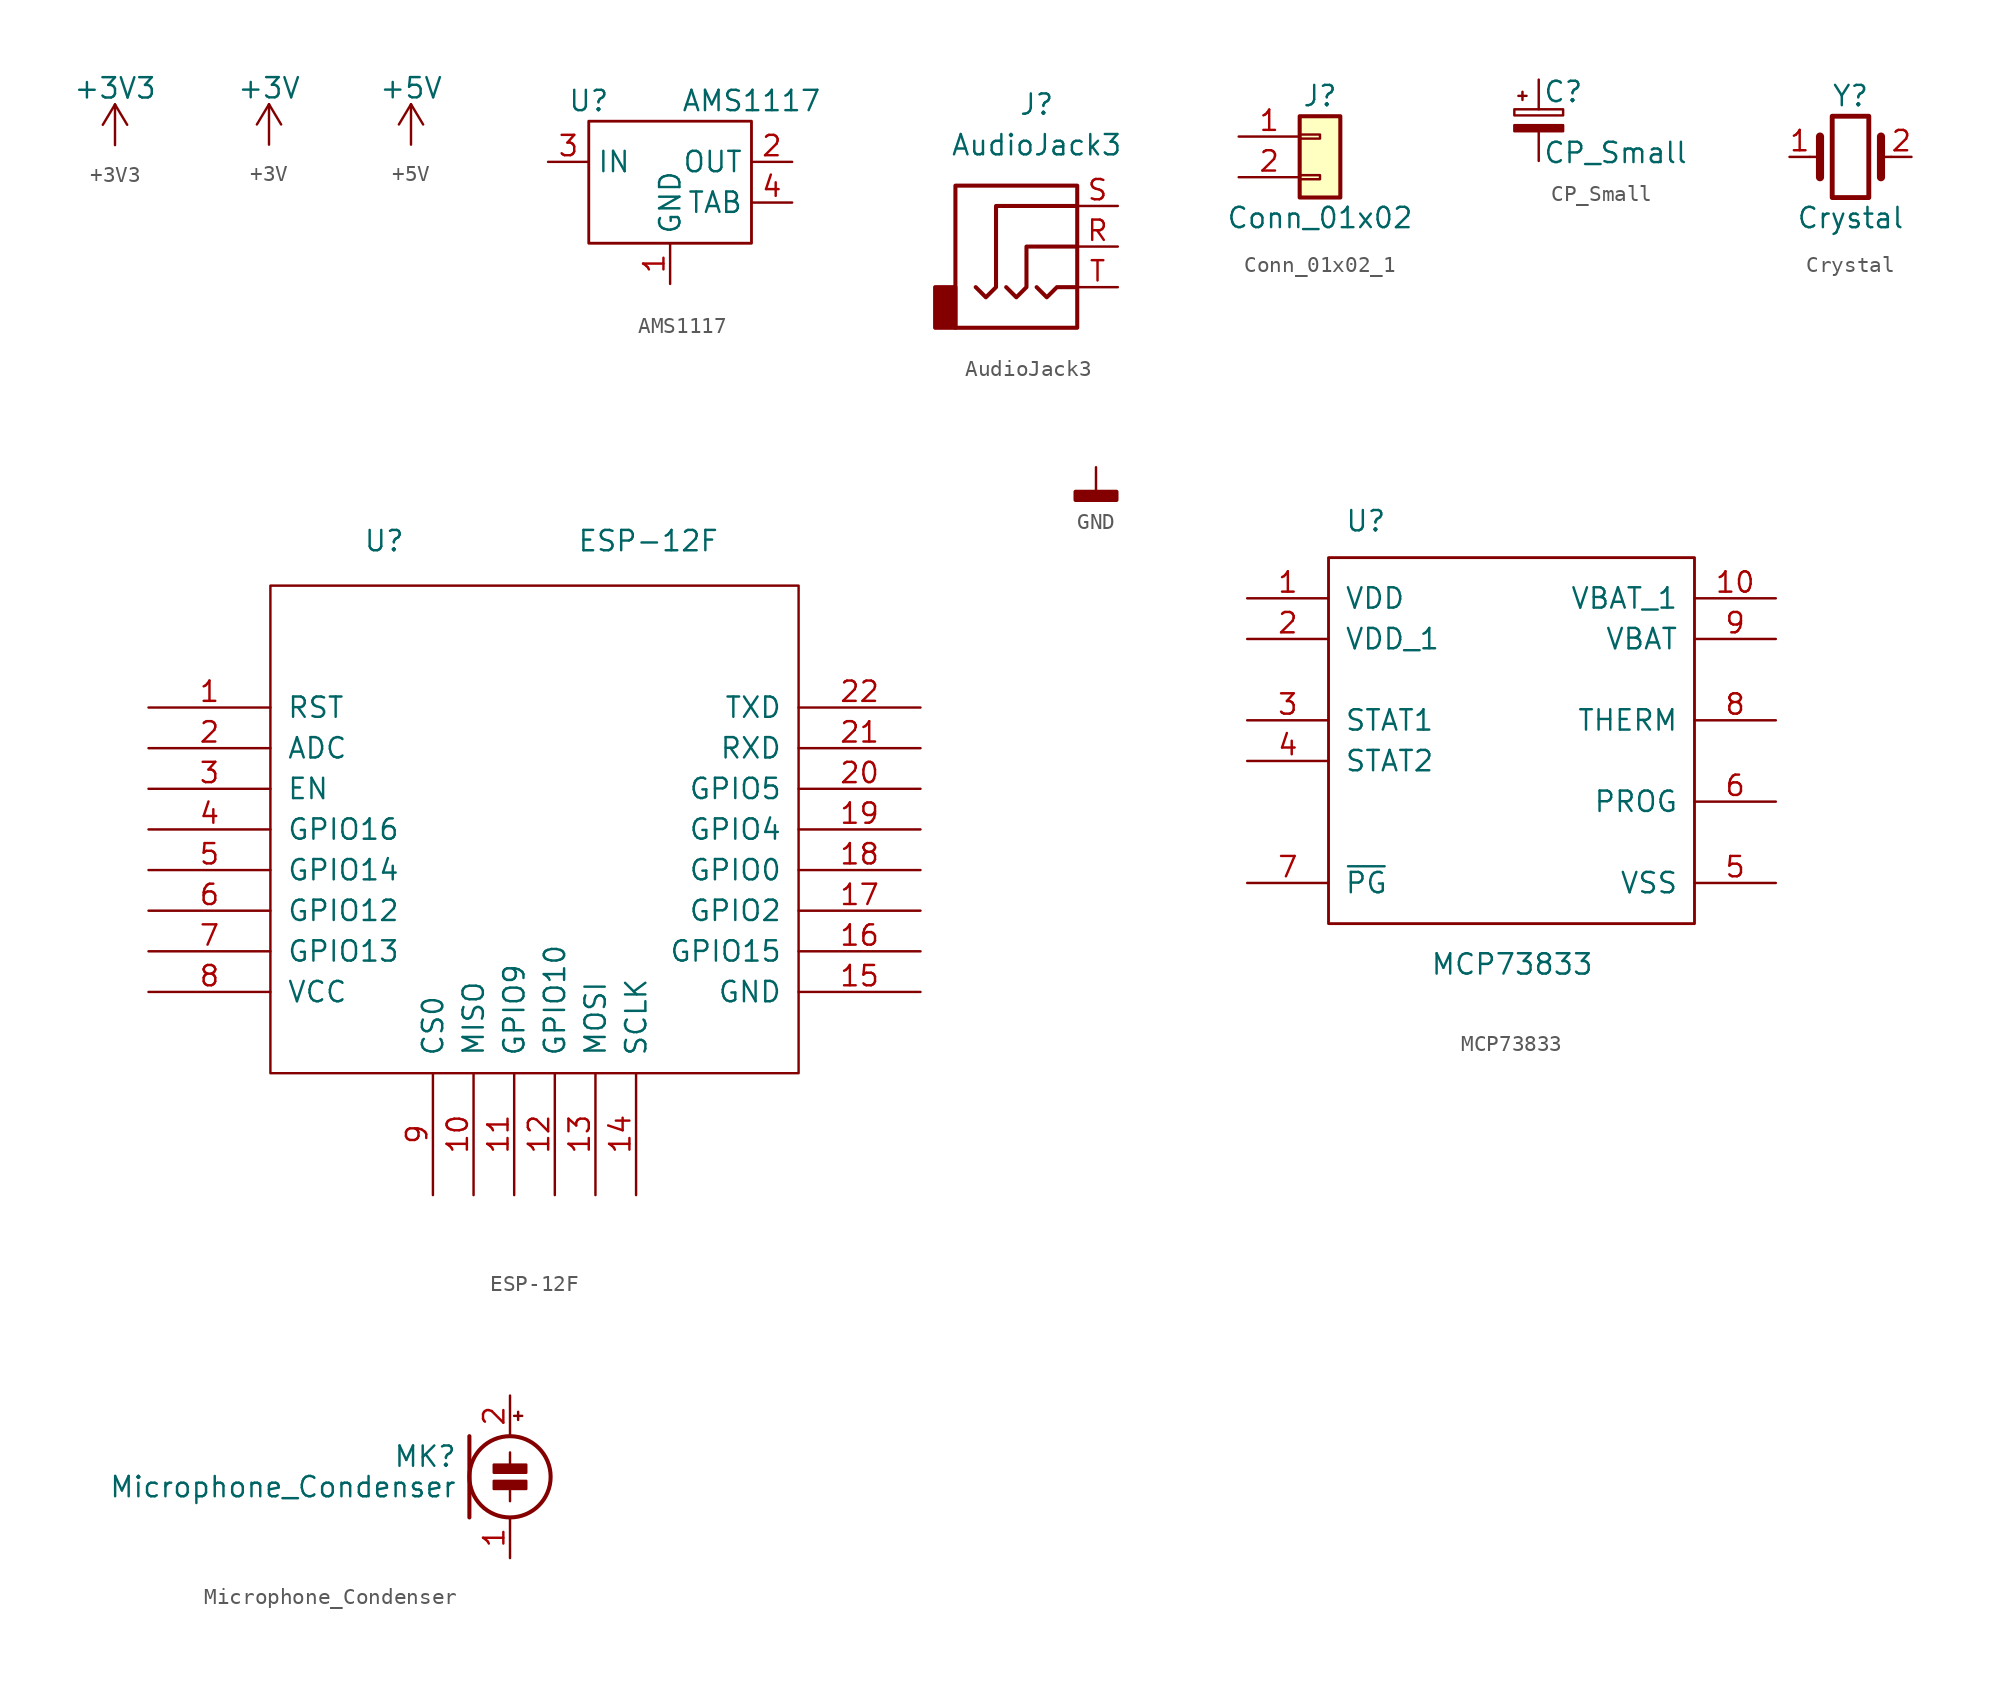
<source format=kicad_sym>
(kicad_symbol_lib
  (version 20231120)
  (generator "kicad_symbol_editor")
  (generator_version "8.0")
  (symbol "+3V3"
    (power)
    (pin_names
      (offset 0))
    (property "Reference" "#PWR"
      (at 0 -3.81 0)
      (effects (font (size 1.27 1.27)) (hide yes)))
    (property "Value" "+3V3"
      (at 0 3.556 0)
      (effects (font (size 1.27 1.27))))
    (symbol "+3V3_0_1"
      (polyline (pts (xy -0.762 1.27) (xy 0 2.54)) (stroke (width 0) (type solid)) (fill (type none)))
      (polyline (pts (xy 0 0) (xy 0 2.54)) (stroke (width 0) (type solid)) (fill (type none)))
      (polyline (pts (xy 0 2.54) (xy 0.762 1.27)) (stroke (width 0) (type solid)) (fill (type none))))
    (symbol "+3V3_1_1"
      (pin power_in line (at 0 0 90) (length 0) hide (name "+3V3" (effects (font (size 0 0)))) (number "1" (effects (font (size 0 0)))))))
  (symbol "+3V"
    (power)
    (pin_names
      (offset 0))
    (property "Reference" "#PWR"
      (at 0 -3.81 0)
      (effects (font (size 1.27 1.27)) (hide yes)))
    (property "Value" "+3V"
      (at 0 3.556 0)
      (effects (font (size 1.27 1.27))))
    (symbol "+3V_0_1"
      (polyline (pts (xy -0.762 1.27) (xy 0 2.54)) (stroke (width 0) (type solid)) (fill (type none)))
      (polyline (pts (xy 0 0) (xy 0 2.54)) (stroke (width 0) (type solid)) (fill (type none)))
      (polyline (pts (xy 0 2.54) (xy 0.762 1.27)) (stroke (width 0) (type solid)) (fill (type none))))
    (symbol "+3V_1_1"
      (pin power_in line (at 0 0 90) (length 0) hide (name "+3V" (effects (font (size 0 0)))) (number "1" (effects (font (size 0 0)))))))
  (symbol "+5V"
    (power)
    (pin_names
      (offset 0))
    (property "Reference" "#PWR"
      (at 0 -3.81 0)
      (effects (font (size 1.27 1.27)) (hide yes)))
    (property "Value" "+5V"
      (at 0 3.556 0)
      (effects (font (size 1.27 1.27))))
    (symbol "+5V_0_1"
      (polyline (pts (xy -0.762 1.27) (xy 0 2.54)) (stroke (width 0) (type solid)) (fill (type none)))
      (polyline (pts (xy 0 0) (xy 0 2.54)) (stroke (width 0) (type solid)) (fill (type none)))
      (polyline (pts (xy 0 2.54) (xy 0.762 1.27)) (stroke (width 0) (type solid)) (fill (type none))))
    (symbol "+5V_1_1"
      (pin power_in line (at 0 0 90) (length 0) hide (name "+5V" (effects (font (size 0 0)))) (number "1" (effects (font (size 0 0)))))))
  (symbol "AMS1117"
    (property "Reference" "U"
      (at -5.08 5.08 0)
      (effects (font (size 1.27 1.27))))
    (property "Value" "AMS1117"
      (at 5.08 5.08 0)
      (effects (font (size 1.27 1.27))))
    (symbol "AMS1117_0_1"
      (rectangle (start -5.08 3.81) (end 5.08 -3.81) (stroke (width 0.178) (type solid)) (fill (type none))))
    (symbol "AMS1117_1_1"
      (pin power_in line (at 0 -6.35 90) (length 2.54) (name "GND" (effects (font (size 1.27 1.27)))) (number "1" (effects (font (size 1.27 1.27)))))
      (pin power_out line (at 7.62 1.27 180) (length 2.54) (name "OUT" (effects (font (size 1.27 1.27)))) (number "2" (effects (font (size 1.27 1.27)))))
      (pin power_in line (at -7.62 1.27 0) (length 2.54) (name "IN" (effects (font (size 1.27 1.27)))) (number "3" (effects (font (size 1.27 1.27)))))
      (pin power_out line (at 7.62 -1.27 180) (length 2.54) (name "TAB" (effects (font (size 1.27 1.27)))) (number "4" (effects (font (size 1.27 1.27)))))))
  (symbol "AudioJack3"
    (property "Reference" "J"
      (at 0 8.89 0)
      (effects (font (size 1.27 1.27))))
    (property "Value" "AudioJack3"
      (at 0 6.35 0)
      (effects (font (size 1.27 1.27))))
    (symbol "AudioJack3_0_1"
      (rectangle (start -5.08 -5.08) (end -6.35 -2.54) (stroke (width 0.254) (type solid)) (fill (type outline)))
      (polyline (pts (xy 0 -2.54) (xy 0.635 -3.175) (xy 1.27 -2.54) (xy 2.54 -2.54)) (stroke (width 0.254) (type solid)) (fill (type none)))
      (polyline (pts (xy -1.905 -2.54) (xy -1.27 -3.175) (xy -0.635 -2.54) (xy -0.635 0) (xy 2.54 0)) (stroke (width 0.254) (type solid)) (fill (type none)))
      (polyline (pts (xy 2.54 2.54) (xy -2.54 2.54) (xy -2.54 -2.54) (xy -3.175 -3.175) (xy -3.81 -2.54)) (stroke (width 0.254) (type solid)) (fill (type none)))
      (rectangle (start 2.54 3.81) (end -5.08 -5.08) (stroke (width 0.254) (type solid)) (fill (type none))))
    (symbol "AudioJack3_1_1"
      (pin passive line (at 5.08 0 180) (length 2.54) (name "~" (effects (font (size 1.27 1.27)))) (number "R" (effects (font (size 1.27 1.27)))))
      (pin passive line (at 5.08 2.54 180) (length 2.54) (name "~" (effects (font (size 1.27 1.27)))) (number "S" (effects (font (size 1.27 1.27)))))
      (pin passive line (at 5.08 -2.54 180) (length 2.54) (name "~" (effects (font (size 1.27 1.27)))) (number "T" (effects (font (size 1.27 1.27)))))))
  (symbol "Conn_01x02_1"
    (pin_names
      (offset 1.016) hide)
    (property "Reference" "J"
      (at 0 2.54 0)
      (effects (font (size 1.27 1.27))))
    (property "Value" "Conn_01x02"
      (at 0 -5.08 0)
      (effects (font (size 1.27 1.27))))
    (symbol "Conn_01x02_1_1_1"
      (rectangle (start -1.27 -2.413) (end 0 -2.667) (stroke (width 0.152) (type default)) (fill (type none)))
      (rectangle (start -1.27 0.127) (end 0 -0.127) (stroke (width 0.152) (type default)) (fill (type none)))
      (rectangle (start -1.27 1.27) (end 1.27 -3.81) (stroke (width 0.254) (type default)) (fill (type background)))
      (pin passive line (at -5.08 0 0) (length 3.81) (name "Pin_1" (effects (font (size 1.27 1.27)))) (number "1" (effects (font (size 1.27 1.27)))))
      (pin passive line (at -5.08 -2.54 0) (length 3.81) (name "Pin_2" (effects (font (size 1.27 1.27)))) (number "2" (effects (font (size 1.27 1.27)))))))
  (symbol "CP_Small"
    (pin_numbers hide)
    (pin_names
      (offset 0.254) hide)
    (property "Reference" "C"
      (at 0.254 1.778 0)
      (effects (font (size 1.27 1.27)) (justify left)))
    (property "Value" "CP_Small"
      (at 0.254 -2.032 0)
      (effects (font (size 1.27 1.27)) (justify left)))
    (symbol "CP_Small_0_1"
      (rectangle (start -1.524 -0.305) (end 1.524 -0.686) (stroke (width 0) (type solid)) (fill (type outline)))
      (rectangle (start -1.524 0.686) (end 1.524 0.305) (stroke (width 0) (type solid)) (fill (type none)))
      (polyline (pts (xy -1.27 1.524) (xy -0.762 1.524)) (stroke (width 0) (type solid)) (fill (type none)))
      (polyline (pts (xy -1.016 1.27) (xy -1.016 1.778)) (stroke (width 0) (type solid)) (fill (type none))))
    (symbol "CP_Small_1_1"
      (pin passive line (at 0 2.54 270) (length 1.854) (name "~" (effects (font (size 1.27 1.27)))) (number "1" (effects (font (size 1.27 1.27)))))
      (pin passive line (at 0 -2.54 90) (length 1.854) (name "~" (effects (font (size 1.27 1.27)))) (number "2" (effects (font (size 1.27 1.27)))))))
  (symbol "Crystal"
    (pin_names
      (offset 1.016) hide)
    (property "Reference" "Y"
      (at 0 3.81 0)
      (effects (font (size 1.27 1.27))))
    (property "Value" "Crystal"
      (at 0 -3.81 0)
      (effects (font (size 1.27 1.27))))
    (symbol "Crystal_0_1"
      (rectangle (start -1.143 2.54) (end 1.143 -2.54) (stroke (width 0.305) (type solid)) (fill (type none)))
      (polyline (pts (xy -2.54 0) (xy -1.905 0)) (stroke (width 0) (type solid)) (fill (type none)))
      (polyline (pts (xy -1.905 -1.27) (xy -1.905 1.27)) (stroke (width 0.508) (type solid)) (fill (type none)))
      (polyline (pts (xy 1.905 -1.27) (xy 1.905 1.27)) (stroke (width 0.508) (type solid)) (fill (type none)))
      (polyline (pts (xy 2.54 0) (xy 1.905 0)) (stroke (width 0) (type solid)) (fill (type none))))
    (symbol "Crystal_1_1"
      (pin passive line (at -3.81 0 0) (length 1.27) (name "1" (effects (font (size 1.27 1.27)))) (number "1" (effects (font (size 1.27 1.27)))))
      (pin passive line (at 3.81 0 180) (length 1.27) (name "2" (effects (font (size 1.27 1.27)))) (number "2" (effects (font (size 1.27 1.27)))))))
  (symbol "ESP-12F"
    (pin_names
      (offset 1.016))
    (property "Reference" "U"
      (at -10.668 18.034 0)
      (effects (font (size 1.27 1.27))))
    (property "Value" "ESP-12F"
      (at 5.842 18.034 0)
      (effects (font (size 1.27 1.27))))
    (symbol "ESP-12F_1_0"
      (rectangle (start -17.78 -15.24) (end 15.24 15.24) (stroke (width 0) (type solid)) (fill (type none))))
    (symbol "ESP-12F_1_1"
      (pin input line (at -25.4 7.62 0) (length 7.62) (name "RST" (effects (font (size 1.27 1.27)))) (number "1" (effects (font (size 1.27 1.27)))))
      (pin bidirectional line (at -5.08 -22.86 90) (length 7.62) (name "MISO" (effects (font (size 1.27 1.27)))) (number "10" (effects (font (size 1.27 1.27)))))
      (pin bidirectional line (at -2.54 -22.86 90) (length 7.62) (name "GPIO9" (effects (font (size 1.27 1.27)))) (number "11" (effects (font (size 1.27 1.27)))))
      (pin bidirectional line (at 0 -22.86 90) (length 7.62) (name "GPIO10" (effects (font (size 1.27 1.27)))) (number "12" (effects (font (size 1.27 1.27)))))
      (pin bidirectional line (at 2.54 -22.86 90) (length 7.62) (name "MOSI" (effects (font (size 1.27 1.27)))) (number "13" (effects (font (size 1.27 1.27)))))
      (pin bidirectional line (at 5.08 -22.86 90) (length 7.62) (name "SCLK" (effects (font (size 1.27 1.27)))) (number "14" (effects (font (size 1.27 1.27)))))
      (pin power_in line (at 22.86 -10.16 180) (length 7.62) (name "GND" (effects (font (size 1.27 1.27)))) (number "15" (effects (font (size 1.27 1.27)))))
      (pin bidirectional line (at 22.86 -7.62 180) (length 7.62) (name "GPIO15" (effects (font (size 1.27 1.27)))) (number "16" (effects (font (size 1.27 1.27)))))
      (pin bidirectional line (at 22.86 -5.08 180) (length 7.62) (name "GPIO2" (effects (font (size 1.27 1.27)))) (number "17" (effects (font (size 1.27 1.27)))))
      (pin bidirectional line (at 22.86 -2.54 180) (length 7.62) (name "GPIO0" (effects (font (size 1.27 1.27)))) (number "18" (effects (font (size 1.27 1.27)))))
      (pin bidirectional line (at 22.86 0 180) (length 7.62) (name "GPIO4" (effects (font (size 1.27 1.27)))) (number "19" (effects (font (size 1.27 1.27)))))
      (pin passive line (at -25.4 5.08 0) (length 7.62) (name "ADC" (effects (font (size 1.27 1.27)))) (number "2" (effects (font (size 1.27 1.27)))))
      (pin bidirectional line (at 22.86 2.54 180) (length 7.62) (name "GPIO5" (effects (font (size 1.27 1.27)))) (number "20" (effects (font (size 1.27 1.27)))))
      (pin input line (at 22.86 5.08 180) (length 7.62) (name "RXD" (effects (font (size 1.27 1.27)))) (number "21" (effects (font (size 1.27 1.27)))))
      (pin output line (at 22.86 7.62 180) (length 7.62) (name "TXD" (effects (font (size 1.27 1.27)))) (number "22" (effects (font (size 1.27 1.27)))))
      (pin input line (at -25.4 2.54 0) (length 7.62) (name "EN" (effects (font (size 1.27 1.27)))) (number "3" (effects (font (size 1.27 1.27)))))
      (pin bidirectional line (at -25.4 0 0) (length 7.62) (name "GPIO16" (effects (font (size 1.27 1.27)))) (number "4" (effects (font (size 1.27 1.27)))))
      (pin bidirectional line (at -25.4 -2.54 0) (length 7.62) (name "GPIO14" (effects (font (size 1.27 1.27)))) (number "5" (effects (font (size 1.27 1.27)))))
      (pin bidirectional line (at -25.4 -5.08 0) (length 7.62) (name "GPIO12" (effects (font (size 1.27 1.27)))) (number "6" (effects (font (size 1.27 1.27)))))
      (pin bidirectional line (at -25.4 -7.62 0) (length 7.62) (name "GPIO13" (effects (font (size 1.27 1.27)))) (number "7" (effects (font (size 1.27 1.27)))))
      (pin power_in line (at -25.4 -10.16 0) (length 7.62) (name "VCC" (effects (font (size 1.27 1.27)))) (number "8" (effects (font (size 1.27 1.27)))))
      (pin bidirectional line (at -7.62 -22.86 90) (length 7.62) (name "CS0" (effects (font (size 1.27 1.27)))) (number "9" (effects (font (size 1.27 1.27)))))))
  (symbol "GND"
    (power)
    (pin_names
      (offset 0))
    (property "Reference" "#PWR"
      (at 0 -6.35 0)
      (effects (font (size 1.27 1.27)) (hide yes)))
    (symbol "GND_0_1"
      (rectangle (start -1.27 -1.524) (end 1.27 -2.032) (stroke (width 0.254) (type solid)) (fill (type outline)))
      (polyline (pts (xy 0 0) (xy 0 -1.524)) (stroke (width 0) (type solid)) (fill (type none))))
    (symbol "GND_1_1"
      (pin power_in line (at 0 0 270) (length 0) hide (name "GND" (effects (font (size 0 0)))) (number "1" (effects (font (size 0 0)))))))
  (symbol "MCP73833"
    (pin_names
      (offset 0.991))
    (property "Reference" "U"
      (at -10.414 13.716 0)
      (effects (font (size 1.27 1.27)) (justify left)))
    (property "Value" "MCP73833"
      (at -5.08 -13.97 0)
      (effects (font (size 1.27 1.27)) (justify left)))
    (symbol "MCP73833_0_0"
      (pin bidirectional line (at -16.51 8.89 0) (length 5.08) (name "VDD" (effects (font (size 1.27 1.27)))) (number "1" (effects (font (size 1.27 1.27)))))
      (pin bidirectional line (at 16.51 8.89 180) (length 5.08) (name "VBAT_1" (effects (font (size 1.27 1.27)))) (number "10" (effects (font (size 1.27 1.27)))))
      (pin bidirectional line (at -16.51 6.35 0) (length 5.08) (name "VDD_1" (effects (font (size 1.27 1.27)))) (number "2" (effects (font (size 1.27 1.27)))))
      (pin bidirectional line (at -16.51 1.27 0) (length 5.08) (name "STAT1" (effects (font (size 1.27 1.27)))) (number "3" (effects (font (size 1.27 1.27)))))
      (pin bidirectional line (at -16.51 -1.27 0) (length 5.08) (name "STAT2" (effects (font (size 1.27 1.27)))) (number "4" (effects (font (size 1.27 1.27)))))
      (pin bidirectional line (at 16.51 -3.81 180) (length 5.08) (name "PROG" (effects (font (size 1.27 1.27)))) (number "6" (effects (font (size 1.27 1.27)))))
      (pin bidirectional line (at -16.51 -8.89 0) (length 5.08) (name "~{PG}" (effects (font (size 1.27 1.27)))) (number "7" (effects (font (size 1.27 1.27)))))
      (pin bidirectional line (at 16.51 1.27 180) (length 5.08) (name "THERM" (effects (font (size 1.27 1.27)))) (number "8" (effects (font (size 1.27 1.27)))))
      (pin bidirectional line (at 16.51 6.35 180) (length 5.08) (name "VBAT" (effects (font (size 1.27 1.27)))) (number "9" (effects (font (size 1.27 1.27))))))
    (symbol "MCP73833_0_1"
      (polyline (pts (xy -11.43 11.43) (xy 11.43 11.43) (xy 11.43 -11.43) (xy -11.43 -11.43) (xy -11.43 11.43)) (stroke (width 0.178) (type solid)) (fill (type none))))
    (symbol "MCP73833_1_0"
      (pin bidirectional line (at 16.51 -8.89 180) (length 5.08) (name "VSS" (effects (font (size 1.27 1.27)))) (number "5" (effects (font (size 1.27 1.27)))))))
  (symbol "Microphone_Condenser"
    (pin_names
      (offset 0.025) hide)
    (property "Reference" "MK"
      (at -3.302 1.27 0)
      (effects (font (size 1.27 1.27)) (justify right)))
    (property "Value" "Microphone_Condenser"
      (at -3.302 -0.635 0)
      (effects (font (size 1.27 1.27)) (justify right)))
    (symbol "Microphone_Condenser_0_1"
      (polyline (pts (xy -2.54 2.54) (xy -2.54 -2.54)) (stroke (width 0.254) (type solid)) (fill (type none)))
      (polyline (pts (xy 0 -0.762) (xy 0 -1.524)) (stroke (width 0) (type solid)) (fill (type none)))
      (polyline (pts (xy 0 0.762) (xy 0 1.524)) (stroke (width 0) (type solid)) (fill (type none)))
      (polyline (pts (xy 0.254 3.81) (xy 0.762 3.81)) (stroke (width 0) (type solid)) (fill (type none)))
      (polyline (pts (xy 0.508 4.064) (xy 0.508 3.556)) (stroke (width 0) (type solid)) (fill (type none)))
      (circle (center 0 0) (radius 2.54) (stroke (width 0.254) (type solid)) (fill (type none)))
      (rectangle (start 1.016 -0.254) (end -1.016 -0.762) (stroke (width 0) (type solid)) (fill (type outline)))
      (rectangle (start 1.016 0.762) (end -1.016 0.254) (stroke (width 0) (type solid)) (fill (type outline))))
    (symbol "Microphone_Condenser_1_1"
      (pin passive line (at 0 -5.08 90) (length 2.54) (name "-" (effects (font (size 1.27 1.27)))) (number "1" (effects (font (size 1.27 1.27)))))
      (pin passive line (at 0 5.08 270) (length 2.54) (name "+" (effects (font (size 1.27 1.27)))) (number "2" (effects (font (size 1.27 1.27))))))))
</source>
